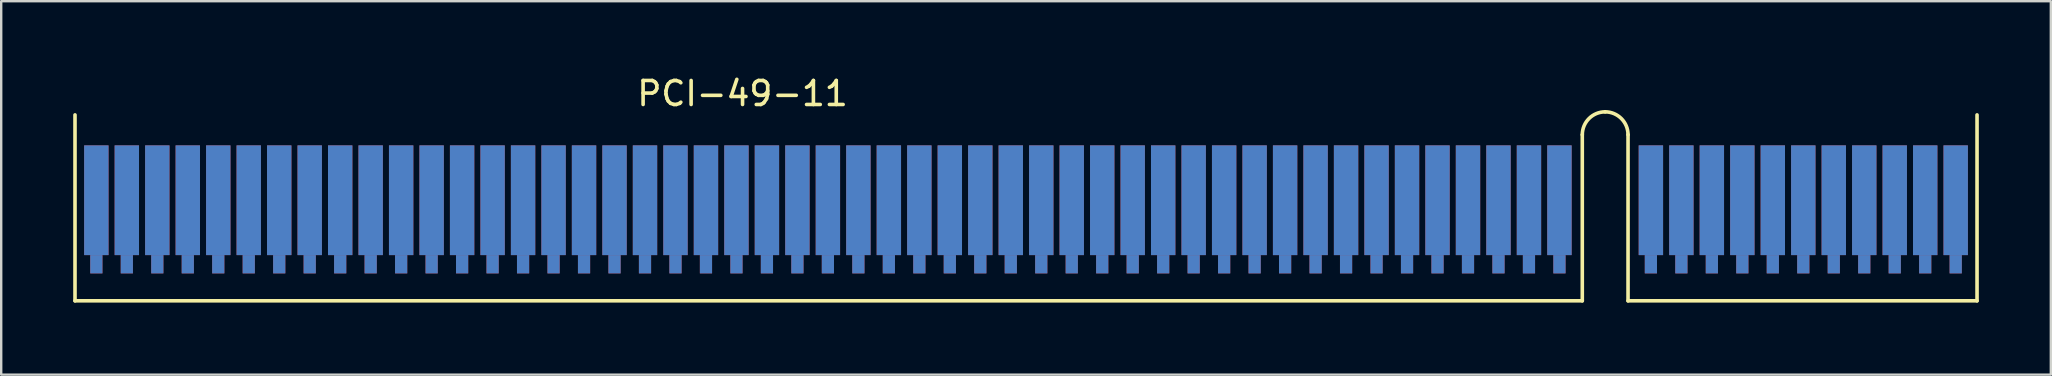
<source format=kicad_pcb>
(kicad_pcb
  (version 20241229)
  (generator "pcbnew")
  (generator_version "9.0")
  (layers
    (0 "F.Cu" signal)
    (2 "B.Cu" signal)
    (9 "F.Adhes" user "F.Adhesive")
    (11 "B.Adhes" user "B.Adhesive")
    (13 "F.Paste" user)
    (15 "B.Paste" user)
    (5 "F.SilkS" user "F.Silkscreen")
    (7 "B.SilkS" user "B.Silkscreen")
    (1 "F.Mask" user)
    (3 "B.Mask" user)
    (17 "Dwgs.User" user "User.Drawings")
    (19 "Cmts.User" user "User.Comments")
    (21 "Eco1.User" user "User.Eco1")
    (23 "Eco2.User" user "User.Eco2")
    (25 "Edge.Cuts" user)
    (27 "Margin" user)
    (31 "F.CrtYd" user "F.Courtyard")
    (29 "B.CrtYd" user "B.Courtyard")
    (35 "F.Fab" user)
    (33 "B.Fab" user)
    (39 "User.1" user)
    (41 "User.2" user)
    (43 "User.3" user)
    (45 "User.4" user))
  (footprint "PCI-49-11"
    (layer "F.Cu")
    (at 63.829 5.547)
    (property "Reference" "PCI-49-11" (at -35.941 -4.699 0) (layer "F.SilkS") (effects (font (size 1 1) (thickness 0.15))))
    (attr through_hole)
    (fp_line (start -63.754 3.937) (end -63.754 -3.81) (stroke (width 0.15) (type solid)) (layer "F.SilkS"))
    (fp_line (start -0.953 3.937) (end -63.754 3.937) (stroke (width 0.15) (type solid)) (layer "F.SilkS"))
    (fp_line (start -0.953 3.937) (end -0.953 -2.985) (stroke (width 0.15) (type solid)) (layer "F.SilkS"))
    (fp_line (start 0.953 -2.985) (end 0.953 3.937) (stroke (width 0.15) (type solid)) (layer "F.SilkS"))
    (fp_line (start 0.953 3.937) (end 15.494 3.937) (stroke (width 0.15) (type solid)) (layer "F.SilkS"))
    (fp_line (start 15.494 3.937) (end 15.494 -3.81) (stroke (width 0.15) (type solid)) (layer "F.SilkS"))
    (fp_arc (start -0.9525 -2.9845) (mid -0.673519 -3.658019) (end 0 -3.937) (stroke (width 0.15) (type solid)) (layer "F.SilkS"))
    (fp_arc (start 0 -3.937) (mid 0.673519 -3.658019) (end 0.9525 -2.9845) (stroke (width 0.15) (type solid)) (layer "F.SilkS"))
    (pad "A1" connect rect (at -62.865 -0.254) (size 1.016 4.572) (layers "B.Cu" "B.Mask"))
    (pad "A1" connect rect (at -62.865 2.413) (size 0.508 0.762) (layers "B.Cu" "B.Mask"))
    (pad "A2" connect rect (at -61.595 -0.254) (size 1.016 4.572) (layers "B.Cu" "B.Mask"))
    (pad "A2" connect rect (at -61.595 2.413) (size 0.508 0.762) (layers "B.Cu" "B.Mask"))
    (pad "A3" connect rect (at -60.325 -0.254) (size 1.016 4.572) (layers "B.Cu" "B.Mask"))
    (pad "A3" connect rect (at -60.325 2.413) (size 0.508 0.762) (layers "B.Cu" "B.Mask"))
    (pad "A4" connect rect (at -59.055 -0.254) (size 1.016 4.572) (layers "B.Cu" "B.Mask"))
    (pad "A4" connect rect (at -59.055 2.413) (size 0.508 0.762) (layers "B.Cu" "B.Mask"))
    (pad "A5" connect rect (at -57.785 -0.254) (size 1.016 4.572) (layers "B.Cu" "B.Mask"))
    (pad "A5" connect rect (at -57.785 2.413) (size 0.508 0.762) (layers "B.Cu" "B.Mask"))
    (pad "A6" connect rect (at -56.515 -0.254) (size 1.016 4.572) (layers "B.Cu" "B.Mask"))
    (pad "A6" connect rect (at -56.515 2.413) (size 0.508 0.762) (layers "B.Cu" "B.Mask"))
    (pad "A7" connect rect (at -55.245 -0.254) (size 1.016 4.572) (layers "B.Cu" "B.Mask"))
    (pad "A7" connect rect (at -55.245 2.413) (size 0.508 0.762) (layers "B.Cu" "B.Mask"))
    (pad "A8" connect rect (at -53.975 -0.254) (size 1.016 4.572) (layers "B.Cu" "B.Mask"))
    (pad "A8" connect rect (at -53.975 2.413) (size 0.508 0.762) (layers "B.Cu" "B.Mask"))
    (pad "A9" connect rect (at -52.705 -0.254) (size 1.016 4.572) (layers "B.Cu" "B.Mask"))
    (pad "A9" connect rect (at -52.705 2.413) (size 0.508 0.762) (layers "B.Cu" "B.Mask"))
    (pad "A10" connect rect (at -51.435 -0.254) (size 1.016 4.572) (layers "B.Cu" "B.Mask"))
    (pad "A10" connect rect (at -51.435 2.413) (size 0.508 0.762) (layers "B.Cu" "B.Mask"))
    (pad "A11" connect rect (at -50.165 -0.254) (size 1.016 4.572) (layers "B.Cu" "B.Mask"))
    (pad "A11" connect rect (at -50.165 2.413) (size 0.508 0.762) (layers "B.Cu" "B.Mask"))
    (pad "A12" connect rect (at -48.895 -0.254) (size 1.016 4.572) (layers "B.Cu" "B.Mask"))
    (pad "A12" connect rect (at -48.895 2.413) (size 0.508 0.762) (layers "B.Cu" "B.Mask"))
    (pad "A13" connect rect (at -47.625 -0.254) (size 1.016 4.572) (layers "B.Cu" "B.Mask"))
    (pad "A13" connect rect (at -47.625 2.413) (size 0.508 0.762) (layers "B.Cu" "B.Mask"))
    (pad "A14" connect rect (at -46.355 -0.254) (size 1.016 4.572) (layers "B.Cu" "B.Mask"))
    (pad "A14" connect rect (at -46.355 2.413) (size 0.508 0.762) (layers "B.Cu" "B.Mask"))
    (pad "A15" connect rect (at -45.085 -0.254) (size 1.016 4.572) (layers "B.Cu" "B.Mask"))
    (pad "A15" connect rect (at -45.085 2.413) (size 0.508 0.762) (layers "B.Cu" "B.Mask"))
    (pad "A16" connect rect (at -43.815 -0.254) (size 1.016 4.572) (layers "B.Cu" "B.Mask"))
    (pad "A16" connect rect (at -43.815 2.413) (size 0.508 0.762) (layers "B.Cu" "B.Mask"))
    (pad "A17" connect rect (at -42.545 -0.254) (size 1.016 4.572) (layers "B.Cu" "B.Mask"))
    (pad "A17" connect rect (at -42.545 2.413) (size 0.508 0.762) (layers "B.Cu" "B.Mask"))
    (pad "A18" connect rect (at -41.275 -0.254) (size 1.016 4.572) (layers "B.Cu" "B.Mask"))
    (pad "A18" connect rect (at -41.275 2.413) (size 0.508 0.762) (layers "B.Cu" "B.Mask"))
    (pad "A19" connect rect (at -40.005 -0.254) (size 1.016 4.572) (layers "B.Cu" "B.Mask"))
    (pad "A19" connect rect (at -40.005 2.413) (size 0.508 0.762) (layers "B.Cu" "B.Mask"))
    (pad "A20" connect rect (at -38.735 -0.254) (size 1.016 4.572) (layers "B.Cu" "B.Mask"))
    (pad "A20" connect rect (at -38.735 2.413) (size 0.508 0.762) (layers "B.Cu" "B.Mask"))
    (pad "A21" connect rect (at -37.465 -0.254) (size 1.016 4.572) (layers "B.Cu" "B.Mask"))
    (pad "A21" connect rect (at -37.465 2.413) (size 0.508 0.762) (layers "B.Cu" "B.Mask"))
    (pad "A22" connect rect (at -36.195 -0.254) (size 1.016 4.572) (layers "B.Cu" "B.Mask"))
    (pad "A22" connect rect (at -36.195 2.413) (size 0.508 0.762) (layers "B.Cu" "B.Mask"))
    (pad "A23" connect rect (at -34.925 -0.254) (size 1.016 4.572) (layers "B.Cu" "B.Mask"))
    (pad "A23" connect rect (at -34.925 2.413) (size 0.508 0.762) (layers "B.Cu" "B.Mask"))
    (pad "A24" connect rect (at -33.655 -0.254) (size 1.016 4.572) (layers "B.Cu" "B.Mask"))
    (pad "A24" connect rect (at -33.655 2.413) (size 0.508 0.762) (layers "B.Cu" "B.Mask"))
    (pad "A25" connect rect (at -32.385 -0.254) (size 1.016 4.572) (layers "B.Cu" "B.Mask"))
    (pad "A25" connect rect (at -32.385 2.413) (size 0.508 0.762) (layers "B.Cu" "B.Mask"))
    (pad "A26" connect rect (at -31.115 -0.254) (size 1.016 4.572) (layers "B.Cu" "B.Mask"))
    (pad "A26" connect rect (at -31.115 2.413) (size 0.508 0.762) (layers "B.Cu" "B.Mask"))
    (pad "A27" connect rect (at -29.845 -0.254) (size 1.016 4.572) (layers "B.Cu" "B.Mask"))
    (pad "A27" connect rect (at -29.845 2.413) (size 0.508 0.762) (layers "B.Cu" "B.Mask"))
    (pad "A28" connect rect (at -28.575 -0.254) (size 1.016 4.572) (layers "B.Cu" "B.Mask"))
    (pad "A28" connect rect (at -28.575 2.413) (size 0.508 0.762) (layers "B.Cu" "B.Mask"))
    (pad "A29" connect rect (at -27.305 -0.254) (size 1.016 4.572) (layers "B.Cu" "B.Mask"))
    (pad "A29" connect rect (at -27.305 2.413) (size 0.508 0.762) (layers "B.Cu" "B.Mask"))
    (pad "A30" connect rect (at -26.035 -0.254) (size 1.016 4.572) (layers "B.Cu" "B.Mask"))
    (pad "A30" connect rect (at -26.035 2.413) (size 0.508 0.762) (layers "B.Cu" "B.Mask"))
    (pad "A31" connect rect (at -24.765 -0.254) (size 1.016 4.572) (layers "B.Cu" "B.Mask"))
    (pad "A31" connect rect (at -24.765 2.413) (size 0.508 0.762) (layers "B.Cu" "B.Mask"))
    (pad "A32" connect rect (at -23.495 -0.254) (size 1.016 4.572) (layers "B.Cu" "B.Mask"))
    (pad "A32" connect rect (at -23.495 2.413) (size 0.508 0.762) (layers "B.Cu" "B.Mask"))
    (pad "A33" connect rect (at -22.225 -0.254) (size 1.016 4.572) (layers "B.Cu" "B.Mask"))
    (pad "A33" connect rect (at -22.225 2.413) (size 0.508 0.762) (layers "B.Cu" "B.Mask"))
    (pad "A34" connect rect (at -20.955 -0.254) (size 1.016 4.572) (layers "B.Cu" "B.Mask"))
    (pad "A34" connect rect (at -20.955 2.413) (size 0.508 0.762) (layers "B.Cu" "B.Mask"))
    (pad "A35" connect rect (at -19.685 -0.254) (size 1.016 4.572) (layers "B.Cu" "B.Mask"))
    (pad "A35" connect rect (at -19.685 2.413) (size 0.508 0.762) (layers "B.Cu" "B.Mask"))
    (pad "A36" connect rect (at -18.415 -0.254) (size 1.016 4.572) (layers "B.Cu" "B.Mask"))
    (pad "A36" connect rect (at -18.415 2.413) (size 0.508 0.762) (layers "B.Cu" "B.Mask"))
    (pad "A37" connect rect (at -17.145 -0.254) (size 1.016 4.572) (layers "B.Cu" "B.Mask"))
    (pad "A37" connect rect (at -17.145 2.413) (size 0.508 0.762) (layers "B.Cu" "B.Mask"))
    (pad "A38" connect rect (at -15.875 -0.254) (size 1.016 4.572) (layers "B.Cu" "B.Mask"))
    (pad "A38" connect rect (at -15.875 2.413) (size 0.508 0.762) (layers "B.Cu" "B.Mask"))
    (pad "A39" connect rect (at -14.605 -0.254) (size 1.016 4.572) (layers "B.Cu" "B.Mask"))
    (pad "A39" connect rect (at -14.605 2.413) (size 0.508 0.762) (layers "B.Cu" "B.Mask"))
    (pad "A40" connect rect (at -13.335 -0.254) (size 1.016 4.572) (layers "B.Cu" "B.Mask"))
    (pad "A40" connect rect (at -13.335 2.413) (size 0.508 0.762) (layers "B.Cu" "B.Mask"))
    (pad "A41" connect rect (at -12.065 -0.254) (size 1.016 4.572) (layers "B.Cu" "B.Mask"))
    (pad "A41" connect rect (at -12.065 2.413) (size 0.508 0.762) (layers "B.Cu" "B.Mask"))
    (pad "A42" connect rect (at -10.795 -0.254) (size 1.016 4.572) (layers "B.Cu" "B.Mask"))
    (pad "A42" connect rect (at -10.795 2.413) (size 0.508 0.762) (layers "B.Cu" "B.Mask"))
    (pad "A43" connect rect (at -9.525 -0.254) (size 1.016 4.572) (layers "B.Cu" "B.Mask"))
    (pad "A43" connect rect (at -9.525 2.413) (size 0.508 0.762) (layers "B.Cu" "B.Mask"))
    (pad "A44" connect rect (at -8.255 -0.254) (size 1.016 4.572) (layers "B.Cu" "B.Mask"))
    (pad "A44" connect rect (at -8.255 2.413) (size 0.508 0.762) (layers "B.Cu" "B.Mask"))
    (pad "A45" connect rect (at -6.985 -0.254) (size 1.016 4.572) (layers "B.Cu" "B.Mask"))
    (pad "A45" connect rect (at -6.985 2.413) (size 0.508 0.762) (layers "B.Cu" "B.Mask"))
    (pad "A46" connect rect (at -5.715 -0.254) (size 1.016 4.572) (layers "B.Cu" "B.Mask"))
    (pad "A46" connect rect (at -5.715 2.413) (size 0.508 0.762) (layers "B.Cu" "B.Mask"))
    (pad "A47" connect rect (at -4.445 -0.254) (size 1.016 4.572) (layers "B.Cu" "B.Mask"))
    (pad "A47" connect rect (at -4.445 2.413) (size 0.508 0.762) (layers "B.Cu" "B.Mask"))
    (pad "A48" connect rect (at -3.175 -0.254) (size 1.016 4.572) (layers "B.Cu" "B.Mask"))
    (pad "A48" connect rect (at -3.175 2.413) (size 0.508 0.762) (layers "B.Cu" "B.Mask"))
    (pad "A49" connect rect (at -1.905 -0.254) (size 1.016 4.572) (layers "B.Cu" "B.Mask"))
    (pad "A49" connect rect (at -1.905 2.413) (size 0.508 0.762) (layers "B.Cu" "B.Mask"))
    (pad "A50" connect rect (at 1.905 -0.254) (size 1.016 4.572) (layers "B.Cu" "B.Mask"))
    (pad "A50" connect rect (at 1.905 2.413) (size 0.508 0.762) (layers "B.Cu" "B.Mask"))
    (pad "A51" connect rect (at 3.175 -0.254) (size 1.016 4.572) (layers "B.Cu" "B.Mask"))
    (pad "A51" connect rect (at 3.175 2.413) (size 0.508 0.762) (layers "B.Cu" "B.Mask"))
    (pad "A52" connect rect (at 4.445 -0.254) (size 1.016 4.572) (layers "B.Cu" "B.Mask"))
    (pad "A52" connect rect (at 4.445 2.413) (size 0.508 0.762) (layers "B.Cu" "B.Mask"))
    (pad "A53" connect rect (at 5.715 -0.254) (size 1.016 4.572) (layers "B.Cu" "B.Mask"))
    (pad "A53" connect rect (at 5.715 2.413) (size 0.508 0.762) (layers "B.Cu" "B.Mask"))
    (pad "A54" connect rect (at 6.985 -0.254) (size 1.016 4.572) (layers "B.Cu" "B.Mask"))
    (pad "A54" connect rect (at 6.985 2.413) (size 0.508 0.762) (layers "B.Cu" "B.Mask"))
    (pad "A55" connect rect (at 8.255 -0.254) (size 1.016 4.572) (layers "B.Cu" "B.Mask"))
    (pad "A55" connect rect (at 8.255 2.413) (size 0.508 0.762) (layers "B.Cu" "B.Mask"))
    (pad "A56" connect rect (at 9.525 -0.254) (size 1.016 4.572) (layers "B.Cu" "B.Mask"))
    (pad "A56" connect rect (at 9.525 2.413) (size 0.508 0.762) (layers "B.Cu" "B.Mask"))
    (pad "A57" connect rect (at 10.795 -0.254) (size 1.016 4.572) (layers "B.Cu" "B.Mask"))
    (pad "A57" connect rect (at 10.795 2.413) (size 0.508 0.762) (layers "B.Cu" "B.Mask"))
    (pad "A58" connect rect (at 12.065 -0.254) (size 1.016 4.572) (layers "B.Cu" "B.Mask"))
    (pad "A58" connect rect (at 12.065 2.413) (size 0.508 0.762) (layers "B.Cu" "B.Mask"))
    (pad "A59" connect rect (at 13.335 -0.254) (size 1.016 4.572) (layers "B.Cu" "B.Mask"))
    (pad "A59" connect rect (at 13.335 2.413) (size 0.508 0.762) (layers "B.Cu" "B.Mask"))
    (pad "A60" connect rect (at 14.605 -0.254) (size 1.016 4.572) (layers "B.Cu" "B.Mask"))
    (pad "A60" connect rect (at 14.605 2.413) (size 0.508 0.762) (layers "B.Cu" "B.Mask"))
    (pad "B1" connect rect (at -62.865 -0.254) (size 1.016 4.572) (layers "F.Cu" "F.Mask"))
    (pad "B1" connect rect (at -62.865 2.413) (size 0.508 0.762) (layers "F.Cu" "F.Mask"))
    (pad "B2" connect rect (at -61.595 -0.254) (size 1.016 4.572) (layers "F.Cu" "F.Mask"))
    (pad "B2" connect rect (at -61.595 2.413) (size 0.508 0.762) (layers "F.Cu" "F.Mask"))
    (pad "B3" connect rect (at -60.325 -0.254) (size 1.016 4.572) (layers "F.Cu" "F.Mask"))
    (pad "B3" connect rect (at -60.325 2.413) (size 0.508 0.762) (layers "F.Cu" "F.Mask"))
    (pad "B4" connect rect (at -59.055 -0.254) (size 1.016 4.572) (layers "F.Cu" "F.Mask"))
    (pad "B4" connect rect (at -59.055 2.413) (size 0.508 0.762) (layers "F.Cu" "F.Mask"))
    (pad "B5" connect rect (at -57.785 -0.254) (size 1.016 4.572) (layers "F.Cu" "F.Mask"))
    (pad "B5" connect rect (at -57.785 2.413) (size 0.508 0.762) (layers "F.Cu" "F.Mask"))
    (pad "B6" connect rect (at -56.515 -0.254) (size 1.016 4.572) (layers "F.Cu" "F.Mask"))
    (pad "B6" connect rect (at -56.515 2.413) (size 0.508 0.762) (layers "F.Cu" "F.Mask"))
    (pad "B7" connect rect (at -55.245 -0.254) (size 1.016 4.572) (layers "F.Cu" "F.Mask"))
    (pad "B7" connect rect (at -55.245 2.413) (size 0.508 0.762) (layers "F.Cu" "F.Mask"))
    (pad "B8" connect rect (at -53.975 -0.254) (size 1.016 4.572) (layers "F.Cu" "F.Mask"))
    (pad "B8" connect rect (at -53.975 2.413) (size 0.508 0.762) (layers "F.Cu" "F.Mask"))
    (pad "B9" connect rect (at -52.705 -0.254) (size 1.016 4.572) (layers "F.Cu" "F.Mask"))
    (pad "B9" connect rect (at -52.705 2.413) (size 0.508 0.762) (layers "F.Cu" "F.Mask"))
    (pad "B10" connect rect (at -51.435 -0.254) (size 1.016 4.572) (layers "F.Cu" "F.Mask"))
    (pad "B10" connect rect (at -51.435 2.413) (size 0.508 0.762) (layers "F.Cu" "F.Mask"))
    (pad "B11" connect rect (at -50.165 -0.254) (size 1.016 4.572) (layers "F.Cu" "F.Mask"))
    (pad "B11" connect rect (at -50.165 2.413) (size 0.508 0.762) (layers "F.Cu" "F.Mask"))
    (pad "B12" connect rect (at -48.895 -0.254) (size 1.016 4.572) (layers "F.Cu" "F.Mask"))
    (pad "B12" connect rect (at -48.895 2.413) (size 0.508 0.762) (layers "F.Cu" "F.Mask"))
    (pad "B13" connect rect (at -47.625 -0.254) (size 1.016 4.572) (layers "F.Cu" "F.Mask"))
    (pad "B13" connect rect (at -47.625 2.413) (size 0.508 0.762) (layers "F.Cu" "F.Mask"))
    (pad "B14" connect rect (at -46.355 -0.254) (size 1.016 4.572) (layers "F.Cu" "F.Mask"))
    (pad "B14" connect rect (at -46.355 2.413) (size 0.508 0.762) (layers "F.Cu" "F.Mask"))
    (pad "B15" connect rect (at -45.085 -0.254) (size 1.016 4.572) (layers "F.Cu" "F.Mask"))
    (pad "B15" connect rect (at -45.085 2.413) (size 0.508 0.762) (layers "F.Cu" "F.Mask"))
    (pad "B16" connect rect (at -43.815 -0.254) (size 1.016 4.572) (layers "F.Cu" "F.Mask"))
    (pad "B16" connect rect (at -43.815 2.413) (size 0.508 0.762) (layers "F.Cu" "F.Mask"))
    (pad "B17" connect rect (at -42.545 -0.254) (size 1.016 4.572) (layers "F.Cu" "F.Mask"))
    (pad "B17" connect rect (at -42.545 2.413) (size 0.508 0.762) (layers "F.Cu" "F.Mask"))
    (pad "B18" connect rect (at -41.275 -0.254) (size 1.016 4.572) (layers "F.Cu" "F.Mask"))
    (pad "B18" connect rect (at -41.275 2.413) (size 0.508 0.762) (layers "F.Cu" "F.Mask"))
    (pad "B19" connect rect (at -40.005 -0.254) (size 1.016 4.572) (layers "F.Cu" "F.Mask"))
    (pad "B19" connect rect (at -40.005 2.413) (size 0.508 0.762) (layers "F.Cu" "F.Mask"))
    (pad "B20" connect rect (at -38.735 -0.254) (size 1.016 4.572) (layers "F.Cu" "F.Mask"))
    (pad "B20" connect rect (at -38.735 2.413) (size 0.508 0.762) (layers "F.Cu" "F.Mask"))
    (pad "B21" connect rect (at -37.465 -0.254) (size 1.016 4.572) (layers "F.Cu" "F.Mask"))
    (pad "B21" connect rect (at -37.465 2.413) (size 0.508 0.762) (layers "F.Cu" "F.Mask"))
    (pad "B22" connect rect (at -36.195 -0.254) (size 1.016 4.572) (layers "F.Cu" "F.Mask"))
    (pad "B22" connect rect (at -36.195 2.413) (size 0.508 0.762) (layers "F.Cu" "F.Mask"))
    (pad "B23" connect rect (at -34.925 -0.254) (size 1.016 4.572) (layers "F.Cu" "F.Mask"))
    (pad "B23" connect rect (at -34.925 2.413) (size 0.508 0.762) (layers "F.Cu" "F.Mask"))
    (pad "B24" connect rect (at -33.655 -0.254) (size 1.016 4.572) (layers "F.Cu" "F.Mask"))
    (pad "B24" connect rect (at -33.655 2.413) (size 0.508 0.762) (layers "F.Cu" "F.Mask"))
    (pad "B25" connect rect (at -32.385 -0.254) (size 1.016 4.572) (layers "F.Cu" "F.Mask"))
    (pad "B25" connect rect (at -32.385 2.413) (size 0.508 0.762) (layers "F.Cu" "F.Mask"))
    (pad "B26" connect rect (at -31.115 -0.254) (size 1.016 4.572) (layers "F.Cu" "F.Mask"))
    (pad "B26" connect rect (at -31.115 2.413) (size 0.508 0.762) (layers "F.Cu" "F.Mask"))
    (pad "B27" connect rect (at -29.845 -0.254) (size 1.016 4.572) (layers "F.Cu" "F.Mask"))
    (pad "B27" connect rect (at -29.845 2.413) (size 0.508 0.762) (layers "F.Cu" "F.Mask"))
    (pad "B28" connect rect (at -28.575 -0.254) (size 1.016 4.572) (layers "F.Cu" "F.Mask"))
    (pad "B28" connect rect (at -28.575 2.413) (size 0.508 0.762) (layers "F.Cu" "F.Mask"))
    (pad "B29" connect rect (at -27.305 -0.254) (size 1.016 4.572) (layers "F.Cu" "F.Mask"))
    (pad "B29" connect rect (at -27.305 2.413) (size 0.508 0.762) (layers "F.Cu" "F.Mask"))
    (pad "B30" connect rect (at -26.035 -0.254) (size 1.016 4.572) (layers "F.Cu" "F.Mask"))
    (pad "B30" connect rect (at -26.035 2.413) (size 0.508 0.762) (layers "F.Cu" "F.Mask"))
    (pad "B31" connect rect (at -24.765 -0.254) (size 1.016 4.572) (layers "F.Cu" "F.Mask"))
    (pad "B31" connect rect (at -24.765 2.413) (size 0.508 0.762) (layers "F.Cu" "F.Mask"))
    (pad "B32" connect rect (at -23.495 -0.254) (size 1.016 4.572) (layers "F.Cu" "F.Mask"))
    (pad "B32" connect rect (at -23.495 2.413) (size 0.508 0.762) (layers "F.Cu" "F.Mask"))
    (pad "B33" connect rect (at -22.225 -0.254) (size 1.016 4.572) (layers "F.Cu" "F.Mask"))
    (pad "B33" connect rect (at -22.225 2.413) (size 0.508 0.762) (layers "F.Cu" "F.Mask"))
    (pad "B34" connect rect (at -20.955 -0.254) (size 1.016 4.572) (layers "F.Cu" "F.Mask"))
    (pad "B34" connect rect (at -20.955 2.413) (size 0.508 0.762) (layers "F.Cu" "F.Mask"))
    (pad "B35" connect rect (at -19.685 -0.254) (size 1.016 4.572) (layers "F.Cu" "F.Mask"))
    (pad "B35" connect rect (at -19.685 2.413) (size 0.508 0.762) (layers "F.Cu" "F.Mask"))
    (pad "B36" connect rect (at -18.415 -0.254) (size 1.016 4.572) (layers "F.Cu" "F.Mask"))
    (pad "B36" connect rect (at -18.415 2.413) (size 0.508 0.762) (layers "F.Cu" "F.Mask"))
    (pad "B37" connect rect (at -17.145 -0.254) (size 1.016 4.572) (layers "F.Cu" "F.Mask"))
    (pad "B37" connect rect (at -17.145 2.413) (size 0.508 0.762) (layers "F.Cu" "F.Mask"))
    (pad "B38" connect rect (at -15.875 -0.254) (size 1.016 4.572) (layers "F.Cu" "F.Mask"))
    (pad "B38" connect rect (at -15.875 2.413) (size 0.508 0.762) (layers "F.Cu" "F.Mask"))
    (pad "B39" connect rect (at -14.605 -0.254) (size 1.016 4.572) (layers "F.Cu" "F.Mask"))
    (pad "B39" connect rect (at -14.605 2.413) (size 0.508 0.762) (layers "F.Cu" "F.Mask"))
    (pad "B40" connect rect (at -13.335 -0.254) (size 1.016 4.572) (layers "F.Cu" "F.Mask"))
    (pad "B40" connect rect (at -13.335 2.413) (size 0.508 0.762) (layers "F.Cu" "F.Mask"))
    (pad "B41" connect rect (at -12.065 -0.254) (size 1.016 4.572) (layers "F.Cu" "F.Mask"))
    (pad "B41" connect rect (at -12.065 2.413) (size 0.508 0.762) (layers "F.Cu" "F.Mask"))
    (pad "B42" connect rect (at -10.795 -0.254) (size 1.016 4.572) (layers "F.Cu" "F.Mask"))
    (pad "B42" connect rect (at -10.795 2.413) (size 0.508 0.762) (layers "F.Cu" "F.Mask"))
    (pad "B43" connect rect (at -9.525 -0.254) (size 1.016 4.572) (layers "F.Cu" "F.Mask"))
    (pad "B43" connect rect (at -9.525 2.413) (size 0.508 0.762) (layers "F.Cu" "F.Mask"))
    (pad "B44" connect rect (at -8.255 -0.254) (size 1.016 4.572) (layers "F.Cu" "F.Mask"))
    (pad "B44" connect rect (at -8.255 2.413) (size 0.508 0.762) (layers "F.Cu" "F.Mask"))
    (pad "B45" connect rect (at -6.985 -0.254) (size 1.016 4.572) (layers "F.Cu" "F.Mask"))
    (pad "B45" connect rect (at -6.985 2.413) (size 0.508 0.762) (layers "F.Cu" "F.Mask"))
    (pad "B46" connect rect (at -5.715 -0.254) (size 1.016 4.572) (layers "F.Cu" "F.Mask"))
    (pad "B46" connect rect (at -5.715 2.413) (size 0.508 0.762) (layers "F.Cu" "F.Mask"))
    (pad "B47" connect rect (at -4.445 -0.254) (size 1.016 4.572) (layers "F.Cu" "F.Mask"))
    (pad "B47" connect rect (at -4.445 2.413) (size 0.508 0.762) (layers "F.Cu" "F.Mask"))
    (pad "B48" connect rect (at -3.175 -0.254) (size 1.016 4.572) (layers "F.Cu" "F.Mask"))
    (pad "B48" connect rect (at -3.175 2.413) (size 0.508 0.762) (layers "F.Cu" "F.Mask"))
    (pad "B49" connect rect (at -1.905 -0.254) (size 1.016 4.572) (layers "F.Cu" "F.Mask"))
    (pad "B49" connect rect (at -1.905 2.413) (size 0.508 0.762) (layers "F.Cu" "F.Mask"))
    (pad "B50" connect rect (at 1.905 -0.254) (size 1.016 4.572) (layers "F.Cu" "F.Mask"))
    (pad "B50" connect rect (at 1.905 2.413) (size 0.508 0.762) (layers "F.Cu" "F.Mask"))
    (pad "B51" connect rect (at 3.175 -0.254) (size 1.016 4.572) (layers "F.Cu" "F.Mask"))
    (pad "B51" connect rect (at 3.175 2.413) (size 0.508 0.762) (layers "F.Cu" "F.Mask"))
    (pad "B52" connect rect (at 4.445 -0.254) (size 1.016 4.572) (layers "F.Cu" "F.Mask"))
    (pad "B52" connect rect (at 4.445 2.413) (size 0.508 0.762) (layers "F.Cu" "F.Mask"))
    (pad "B53" connect rect (at 5.715 -0.254) (size 1.016 4.572) (layers "F.Cu" "F.Mask"))
    (pad "B53" connect rect (at 5.715 2.413) (size 0.508 0.762) (layers "F.Cu" "F.Mask"))
    (pad "B54" connect rect (at 6.985 -0.254) (size 1.016 4.572) (layers "F.Cu" "F.Mask"))
    (pad "B54" connect rect (at 6.985 2.413) (size 0.508 0.762) (layers "F.Cu" "F.Mask"))
    (pad "B55" connect rect (at 8.255 -0.254) (size 1.016 4.572) (layers "F.Cu" "F.Mask"))
    (pad "B55" connect rect (at 8.255 2.413) (size 0.508 0.762) (layers "F.Cu" "F.Mask"))
    (pad "B56" connect rect (at 9.525 -0.254) (size 1.016 4.572) (layers "F.Cu" "F.Mask"))
    (pad "B56" connect rect (at 9.525 2.413) (size 0.508 0.762) (layers "F.Cu" "F.Mask"))
    (pad "B57" connect rect (at 10.795 -0.254) (size 1.016 4.572) (layers "F.Cu" "F.Mask"))
    (pad "B57" connect rect (at 10.795 2.413) (size 0.508 0.762) (layers "F.Cu" "F.Mask"))
    (pad "B58" connect rect (at 12.065 -0.254) (size 1.016 4.572) (layers "F.Cu" "F.Mask"))
    (pad "B58" connect rect (at 12.065 2.413) (size 0.508 0.762) (layers "F.Cu" "F.Mask"))
    (pad "B59" connect rect (at 13.335 -0.254) (size 1.016 4.572) (layers "F.Cu" "F.Mask"))
    (pad "B59" connect rect (at 13.335 2.413) (size 0.508 0.762) (layers "F.Cu" "F.Mask"))
    (pad "B60" connect rect (at 14.605 -0.254) (size 1.016 4.572) (layers "F.Cu" "F.Mask"))
    (pad "B60" connect rect (at 14.605 2.413) (size 0.508 0.762) (layers "F.Cu" "F.Mask")))
  (gr_rect
    (start -3 -3)
    (end 82.398 12.559)
    (stroke (width 0.1) (type default))
    (fill no)
    (layer "Edge.Cuts")))
</source>
